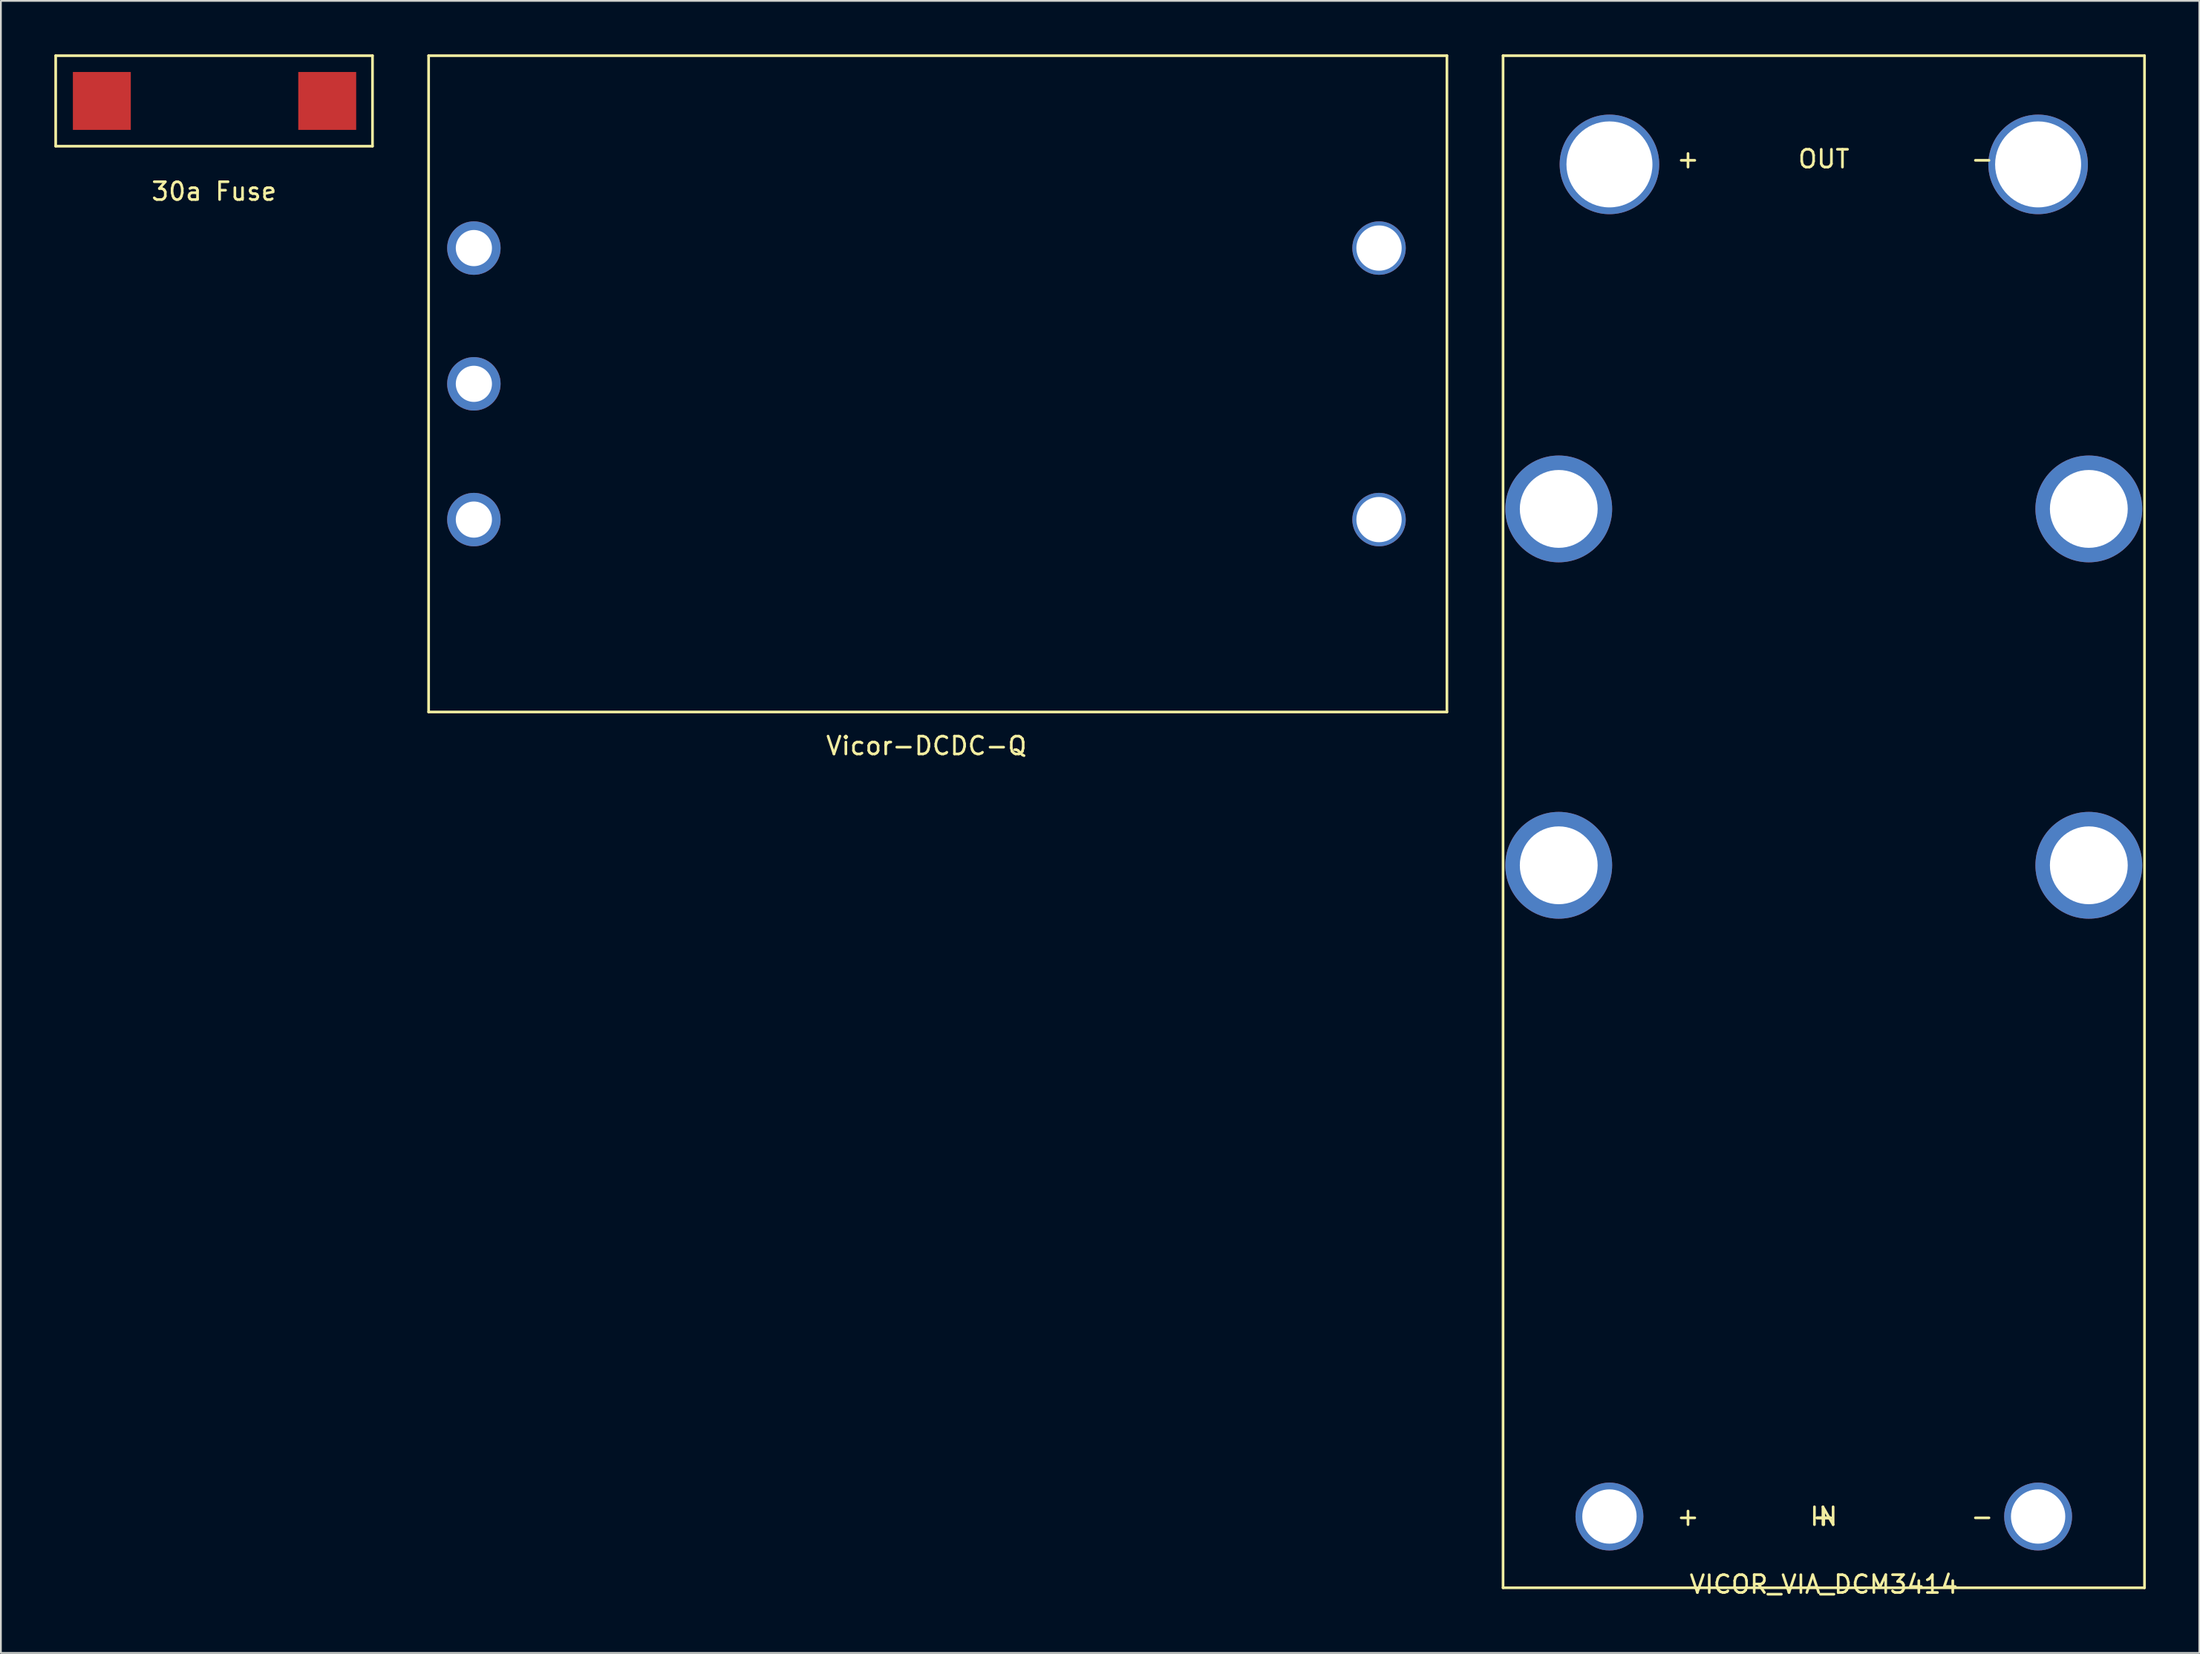
<source format=kicad_pcb>
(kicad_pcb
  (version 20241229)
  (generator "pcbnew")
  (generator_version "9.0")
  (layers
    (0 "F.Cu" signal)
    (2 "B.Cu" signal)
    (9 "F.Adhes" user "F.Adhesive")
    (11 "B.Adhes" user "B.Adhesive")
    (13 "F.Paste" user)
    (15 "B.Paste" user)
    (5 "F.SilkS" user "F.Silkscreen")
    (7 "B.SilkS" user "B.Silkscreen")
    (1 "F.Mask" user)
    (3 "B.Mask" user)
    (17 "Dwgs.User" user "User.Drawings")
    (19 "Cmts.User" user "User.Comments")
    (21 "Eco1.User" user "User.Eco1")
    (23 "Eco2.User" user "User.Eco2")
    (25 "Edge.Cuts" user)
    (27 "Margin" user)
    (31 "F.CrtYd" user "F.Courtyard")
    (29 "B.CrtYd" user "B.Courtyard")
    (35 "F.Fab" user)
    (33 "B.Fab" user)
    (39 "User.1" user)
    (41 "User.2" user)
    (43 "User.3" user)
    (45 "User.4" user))
  (footprint "30a Fuse"
    (layer "F.Cu")
    (at 8.965 2.615)
    (property "Reference" "30a Fuse" (at 0 5.08 0) (layer "F.SilkS") (effects (font (size 1 1) (thickness 0.15))))
    (attr through_hole)
    (fp_line (start -8.89 -2.54) (end 8.89 -2.54) (stroke (width 0.15) (type solid)) (layer "F.SilkS"))
    (fp_line (start -8.89 2.54) (end -8.89 -2.54) (stroke (width 0.15) (type solid)) (layer "F.SilkS"))
    (fp_line (start 8.89 -2.54) (end 8.89 2.54) (stroke (width 0.15) (type solid)) (layer "F.SilkS"))
    (fp_line (start 8.89 2.54) (end -8.89 2.54) (stroke (width 0.15) (type solid)) (layer "F.SilkS"))
    (pad "1" smd rect (at -6.3 0) (size 3.25 3.25) (layers "F.Cu" "F.Mask" "F.Paste"))
    (pad "2" smd rect (at 6.35 0) (size 3.25 3.25) (layers "F.Cu" "F.Mask" "F.Paste")))
  (footprint "VICOR_VIA_DCM3414"
    (layer "F.Cu")
    (at 99.305 82.075)
    (property "Reference" "VICOR_VIA_DCM3414" (at 0 3.81 0) (layer "F.SilkS") (effects (font (size 1 1) (thickness 0.15))))
    (attr through_hole)
    (fp_line (start -18 4) (end -18 -82) (stroke (width 0.15) (type solid)) (layer "F.SilkS"))
    (fp_line (start -18 4) (end 18 4) (stroke (width 0.15) (type solid)) (layer "F.SilkS"))
    (fp_line (start 18 -82) (end -18 -82) (stroke (width 0.15) (type solid)) (layer "F.SilkS"))
    (fp_line (start 18 -82) (end 18 4) (stroke (width 0.15) (type solid)) (layer "F.SilkS"))
    (fp_text user "+" (at -7.62 -76.2 0) (layer "F.SilkS") (effects (font (size 1 1) (thickness 0.15))))
    (fp_text user "OUT" (at 0 -76.2 0) (layer "F.SilkS") (effects (font (size 1 1) (thickness 0.15))))
    (fp_text user "IN" (at 0 0 0) (layer "F.SilkS") (effects (font (size 1 1) (thickness 0.15))))
    (fp_text user "-" (at 0 0 0) (layer "F.SilkS") (effects (font (size 1 1) (thickness 0.15))))
    (fp_text user "-" (at 8.89 -76.2 0) (layer "F.SilkS") (effects (font (size 1 1) (thickness 0.15))))
    (fp_text user "-" (at 0 0 0) (layer "F.SilkS") (effects (font (size 1 1) (thickness 0.15))))
    (fp_text user "+" (at 0 0 0) (layer "F.SilkS") (effects (font (size 1 1) (thickness 0.15))))
    (fp_text user "+" (at -7.62 0 0) (layer "F.SilkS") (effects (font (size 1 1) (thickness 0.15))))
    (fp_text user "-" (at 8.89 0 0) (layer "F.SilkS") (effects (font (size 1 1) (thickness 0.15))))
    (pad "" thru_hole circle (at -14.875 -56.559) (size 5.995 5.995) (drill 4.369) (layers "*.Cu" "*.Mask"))
    (pad "" thru_hole circle (at -14.875 -36.554) (size 5.995 5.995) (drill 4.369) (layers "*.Cu" "*.Mask"))
    (pad "" thru_hole circle (at 14.875 -56.559) (size 5.995 5.995) (drill 4.369) (layers "*.Cu" "*.Mask"))
    (pad "" thru_hole circle (at 14.875 -36.554) (size 5.995 5.995) (drill 4.369) (layers "*.Cu" "*.Mask"))
    (pad "1" thru_hole circle (at -12.029 0) (size 3.81 3.81) (drill 3.048) (layers "*.Cu" "*.Mask"))
    (pad "2" thru_hole circle (at 12.029 0) (size 3.81 3.81) (drill 3.048) (layers "*.Cu" "*.Mask"))
    (pad "3" thru_hole circle (at -12.029 -75.897) (size 5.588 5.588) (drill 4.826) (layers "*.Cu" "*.Mask"))
    (pad "4" thru_hole circle (at 12.029 -75.897) (size 5.588 5.588) (drill 4.826) (layers "*.Cu" "*.Mask")))
  (footprint "Vicor-DCDC-Q"
    (layer "F.Cu")
    (at 48.945 18.495)
    (property "Reference" "Vicor-DCDC-Q" (at 0 20.32 0) (layer "F.SilkS") (effects (font (size 1 1) (thickness 0.15))))
    (attr through_hole)
    (fp_line (start -27.94 -18.42) (end 29.21 -18.42) (stroke (width 0.15) (type solid)) (layer "F.SilkS"))
    (fp_line (start -27.94 18.42) (end -27.94 -18.42) (stroke (width 0.15) (type solid)) (layer "F.SilkS"))
    (fp_line (start 29.21 -18.42) (end 29.21 18.42) (stroke (width 0.15) (type solid)) (layer "F.SilkS"))
    (fp_line (start 29.21 18.42) (end -27.94 18.42) (stroke (width 0.15) (type solid)) (layer "F.SilkS"))
    (pad "1" thru_hole circle (at -25.4 -7.62) (size 3 3) (drill 2.03) (layers "*.Cu" "*.Mask"))
    (pad "2" thru_hole circle (at -25.4 0) (size 3 3) (drill 2.03) (layers "*.Cu" "*.Mask"))
    (pad "3" thru_hole circle (at -25.4 7.62) (size 3 3) (drill 2.03) (layers "*.Cu" "*.Mask"))
    (pad "4" thru_hole circle (at 25.4 7.62) (size 3 3) (drill 2.54) (layers "*.Cu" "*.Mask"))
    (pad "5" thru_hole circle (at 25.4 -7.62) (size 3 3) (drill 2.54) (layers "*.Cu" "*.Mask")))
  (gr_rect
    (start -3 -3)
    (end 120.38 89.733)
    (stroke (width 0.1) (type default))
    (fill no)
    (layer "Edge.Cuts")))
</source>
